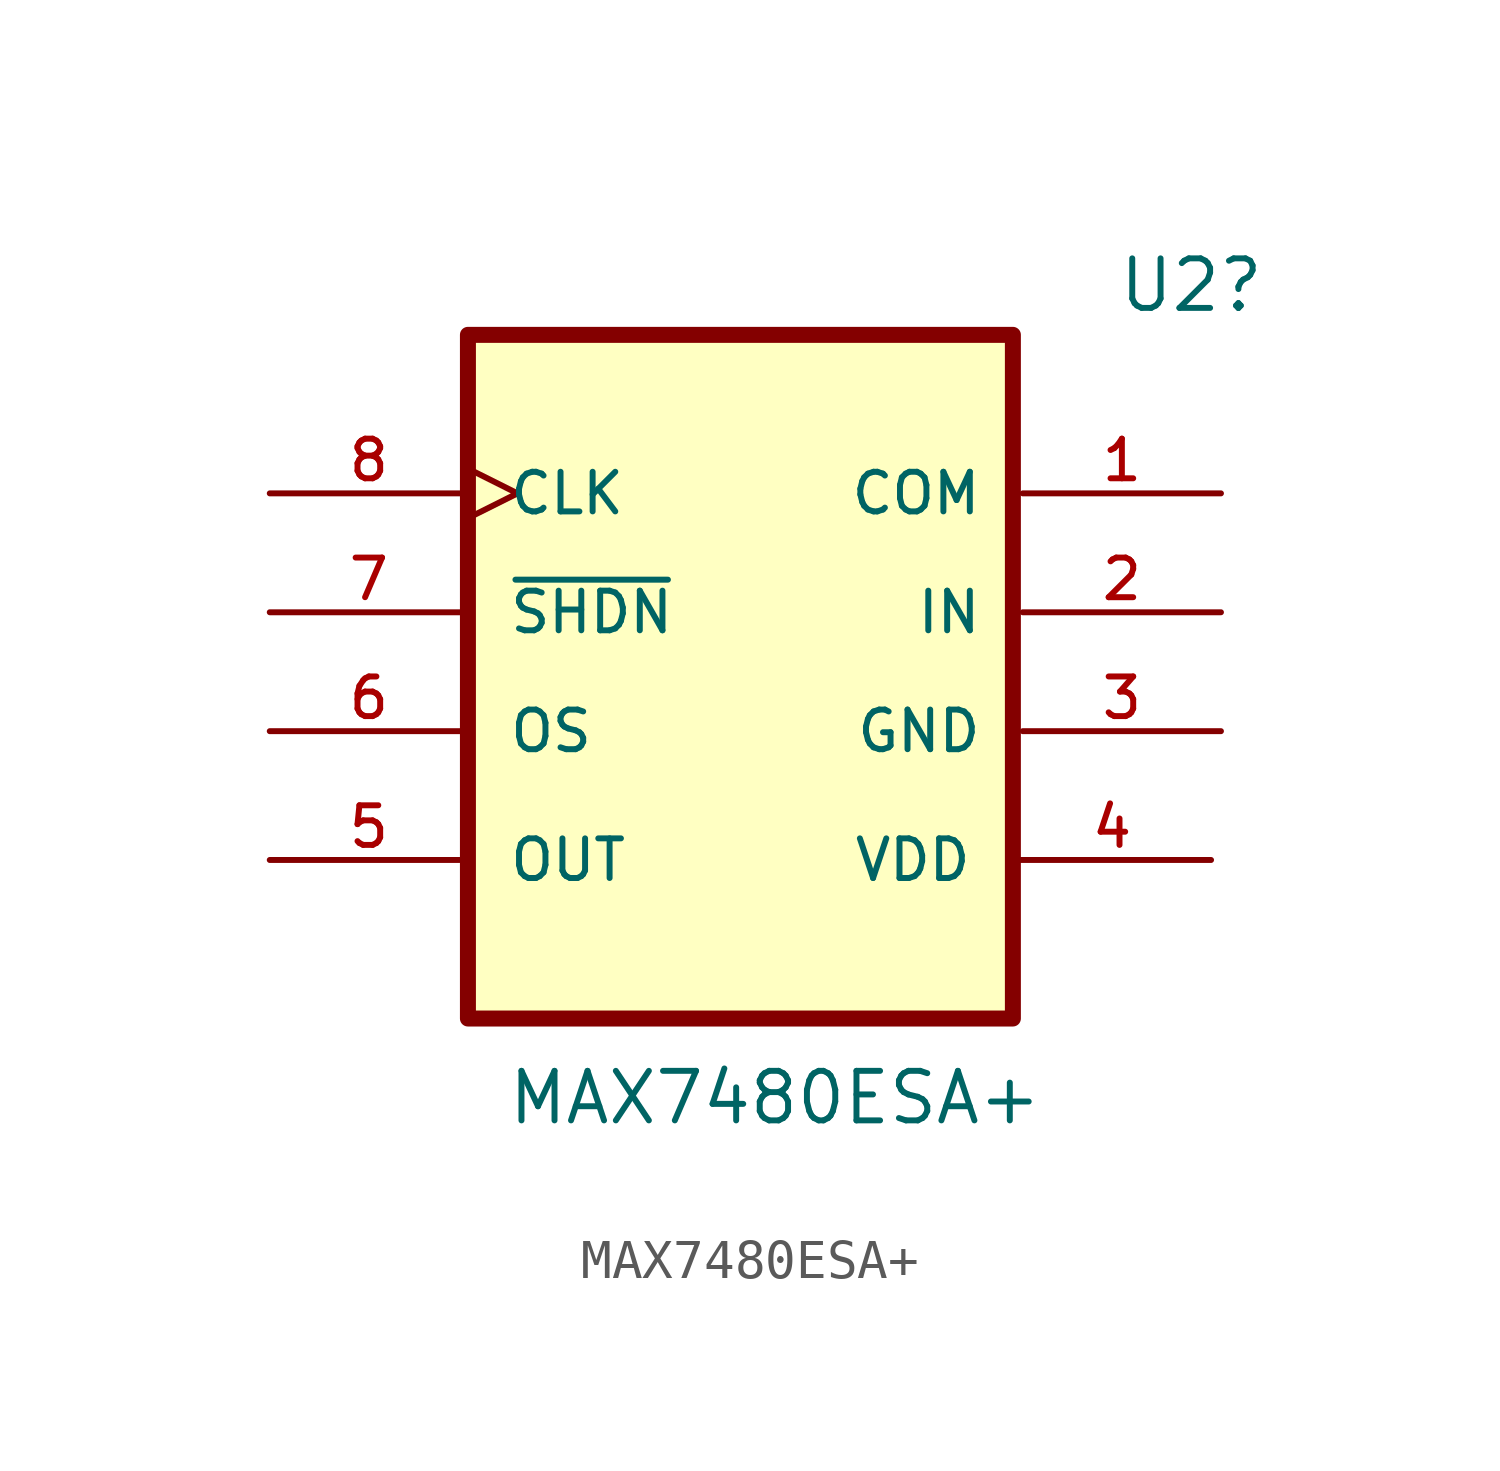
<source format=kicad_sym>
(kicad_symbol_lib
  (version 20211014)
  (generator kicad_symbol_editor)
  (symbol "MAX7480ESA+"
    (pin_names
      (offset 1.016))
    (property "Reference" "U2"
      (at 5.842 16.51 0)
      (effects (font (size 1.27 1.27))))
    (property "Value" "MAX7480ESA+"
      (at -4.826 -4.318 0)
      (effects (font (size 1.27 1.27))))
    (symbol "MAX7480ESA+_0_0"
      (rectangle (start -12.7 15.24) (end 1.27 -2.286) (stroke (width 0.41) (type default) (color 0 0 0 0)) (fill (type background)))
      (pin input line (at 6.604 11.176 180) (length 5.08) (name "COM" (effects (font (size 1.016 1.016)))) (number "1" (effects (font (size 1.016 1.016)))))
      (pin input line (at 6.604 8.128 180) (length 5.08) (name "IN" (effects (font (size 1.016 1.016)))) (number "2" (effects (font (size 1.016 1.016)))))
      (pin unspecified line (at 6.604 5.08 180) (length 5.08) (name "GND" (effects (font (size 1.016 1.016)))) (number "3" (effects (font (size 1.016 1.016)))))
      (pin power_in line (at 6.35 1.778 180) (length 5.08) (name "VDD" (effects (font (size 1.016 1.016)))) (number "4" (effects (font (size 1.016 1.016)))))
      (pin output line (at -17.78 1.778 0) (length 5.08) (name "OUT" (effects (font (size 1.016 1.016)))) (number "5" (effects (font (size 1.016 1.016)))))
      (pin input line (at -17.78 5.08 0) (length 5.08) (name "OS" (effects (font (size 1.016 1.016)))) (number "6" (effects (font (size 1.016 1.016)))))
      (pin input line (at -17.78 8.128 0) (length 5.08) (name "~{SHDN}" (effects (font (size 1.016 1.016)))) (number "7" (effects (font (size 1.016 1.016)))))
      (pin input clock (at -17.78 11.176 0) (length 5.08) (name "CLK" (effects (font (size 1.016 1.016)))) (number "8" (effects (font (size 1.016 1.016))))))))
</source>
